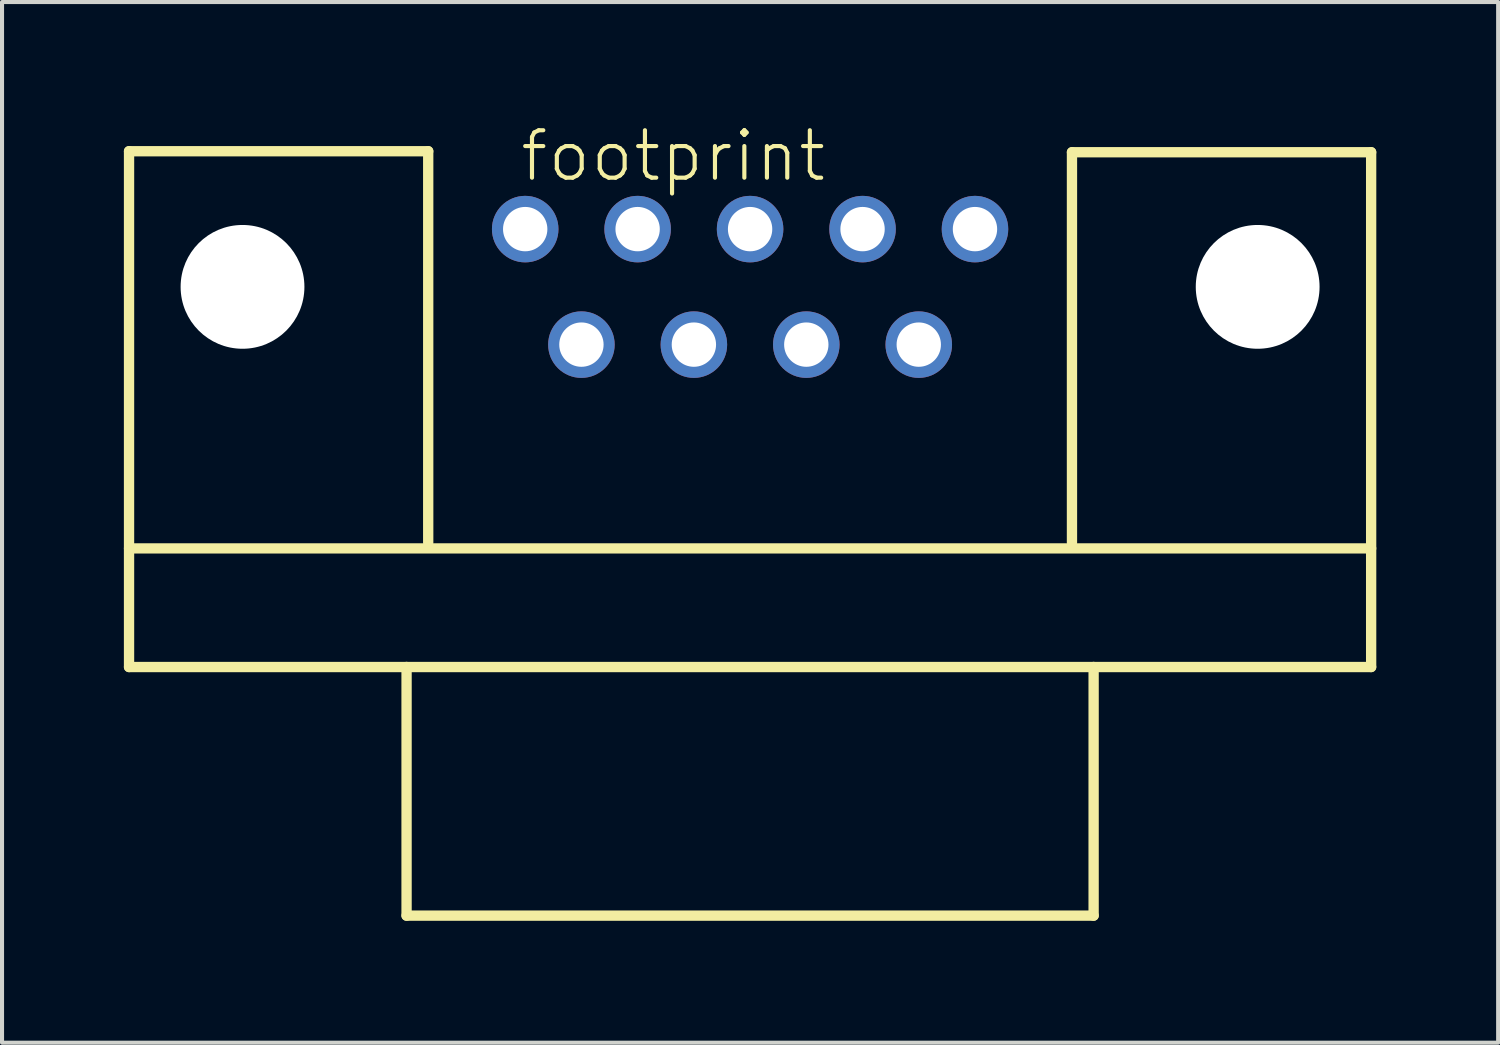
<source format=kicad_pcb>
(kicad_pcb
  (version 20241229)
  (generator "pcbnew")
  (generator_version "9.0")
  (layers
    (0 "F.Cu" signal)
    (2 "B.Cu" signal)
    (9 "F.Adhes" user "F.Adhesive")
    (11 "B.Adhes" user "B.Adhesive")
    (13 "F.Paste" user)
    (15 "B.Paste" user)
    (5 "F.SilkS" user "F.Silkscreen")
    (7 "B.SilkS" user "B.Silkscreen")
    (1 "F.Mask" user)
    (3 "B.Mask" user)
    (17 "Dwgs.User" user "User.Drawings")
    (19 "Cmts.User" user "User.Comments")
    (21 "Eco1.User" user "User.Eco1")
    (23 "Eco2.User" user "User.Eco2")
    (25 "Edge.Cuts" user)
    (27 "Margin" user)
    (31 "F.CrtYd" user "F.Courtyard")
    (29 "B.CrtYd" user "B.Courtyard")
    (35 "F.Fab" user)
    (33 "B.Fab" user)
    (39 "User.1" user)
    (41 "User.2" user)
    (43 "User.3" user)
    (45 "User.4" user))
  (footprint "footprint"
    (layer "F.Cu")
    (at 15.418 4.013)
    (property "Reference" "footprint" (at -5.715 -2.54 0) (layer "F.SilkS") (effects (font (size 1.168 1.168) (thickness 0.102)) (justify left bottom)))
    (fp_line (start -15.291 -3.34) (end -7.925 -3.34) (stroke (width 0.254) (type solid)) (layer "F.SilkS"))
    (fp_line (start -15.291 6.439) (end 15.291 6.439) (stroke (width 0.254) (type solid)) (layer "F.SilkS"))
    (fp_line (start -15.291 9.36) (end -15.291 -3.34) (stroke (width 0.254) (type solid)) (layer "F.SilkS"))
    (fp_line (start -8.458 9.36) (end -15.291 9.36) (stroke (width 0.254) (type solid)) (layer "F.SilkS"))
    (fp_line (start -8.458 9.36) (end 8.458 9.36) (stroke (width 0.254) (type solid)) (layer "F.SilkS"))
    (fp_line (start -8.458 15.481) (end -8.458 9.36) (stroke (width 0.254) (type solid)) (layer "F.SilkS"))
    (fp_line (start -7.925 -3.34) (end -7.925 6.299) (stroke (width 0.254) (type solid)) (layer "F.SilkS"))
    (fp_line (start 7.925 -3.315) (end 7.925 6.299) (stroke (width 0.254) (type solid)) (layer "F.SilkS"))
    (fp_line (start 8.458 9.36) (end 8.458 15.481) (stroke (width 0.254) (type solid)) (layer "F.SilkS"))
    (fp_line (start 8.458 15.481) (end -8.458 15.481) (stroke (width 0.254) (type solid)) (layer "F.SilkS"))
    (fp_line (start 15.291 -3.315) (end 7.925 -3.315) (stroke (width 0.254) (type solid)) (layer "F.SilkS"))
    (fp_line (start 15.291 -3.315) (end 15.291 9.36) (stroke (width 0.254) (type solid)) (layer "F.SilkS"))
    (fp_line (start 15.291 9.36) (end 8.458 9.36) (stroke (width 0.254) (type solid)) (layer "F.SilkS"))
    (pad "" np_thru_hole circle (at -12.497 0) (size 3.048 3.048) (drill 3.048) (layers "*.Cu" "*.Mask"))
    (pad "" np_thru_hole circle (at 12.497 0) (size 3.048 3.048) (drill 3.048) (layers "*.Cu" "*.Mask"))
    (pad "1" thru_hole circle (at -5.537 -1.422) (size 1.638 1.638) (drill 1.092) (layers "*.Cu" "*.Mask"))
    (pad "2" thru_hole circle (at -2.769 -1.422) (size 1.638 1.638) (drill 1.092) (layers "*.Cu" "*.Mask"))
    (pad "3" thru_hole circle (at 0 -1.422) (size 1.638 1.638) (drill 1.092) (layers "*.Cu" "*.Mask"))
    (pad "4" thru_hole circle (at 2.769 -1.422) (size 1.638 1.638) (drill 1.092) (layers "*.Cu" "*.Mask"))
    (pad "5" thru_hole circle (at 5.537 -1.422) (size 1.638 1.638) (drill 1.092) (layers "*.Cu" "*.Mask"))
    (pad "6" thru_hole circle (at -4.153 1.422) (size 1.638 1.638) (drill 1.092) (layers "*.Cu" "*.Mask"))
    (pad "7" thru_hole circle (at -1.384 1.422) (size 1.638 1.638) (drill 1.092) (layers "*.Cu" "*.Mask"))
    (pad "8" thru_hole circle (at 1.384 1.422) (size 1.638 1.638) (drill 1.092) (layers "*.Cu" "*.Mask"))
    (pad "9" thru_hole circle (at 4.153 1.422) (size 1.638 1.638) (drill 1.092) (layers "*.Cu" "*.Mask")))
  (gr_rect
    (start -3 -3)
    (end 33.836 22.622)
    (stroke (width 0.1) (type default))
    (fill no)
    (layer "Edge.Cuts")))
</source>
